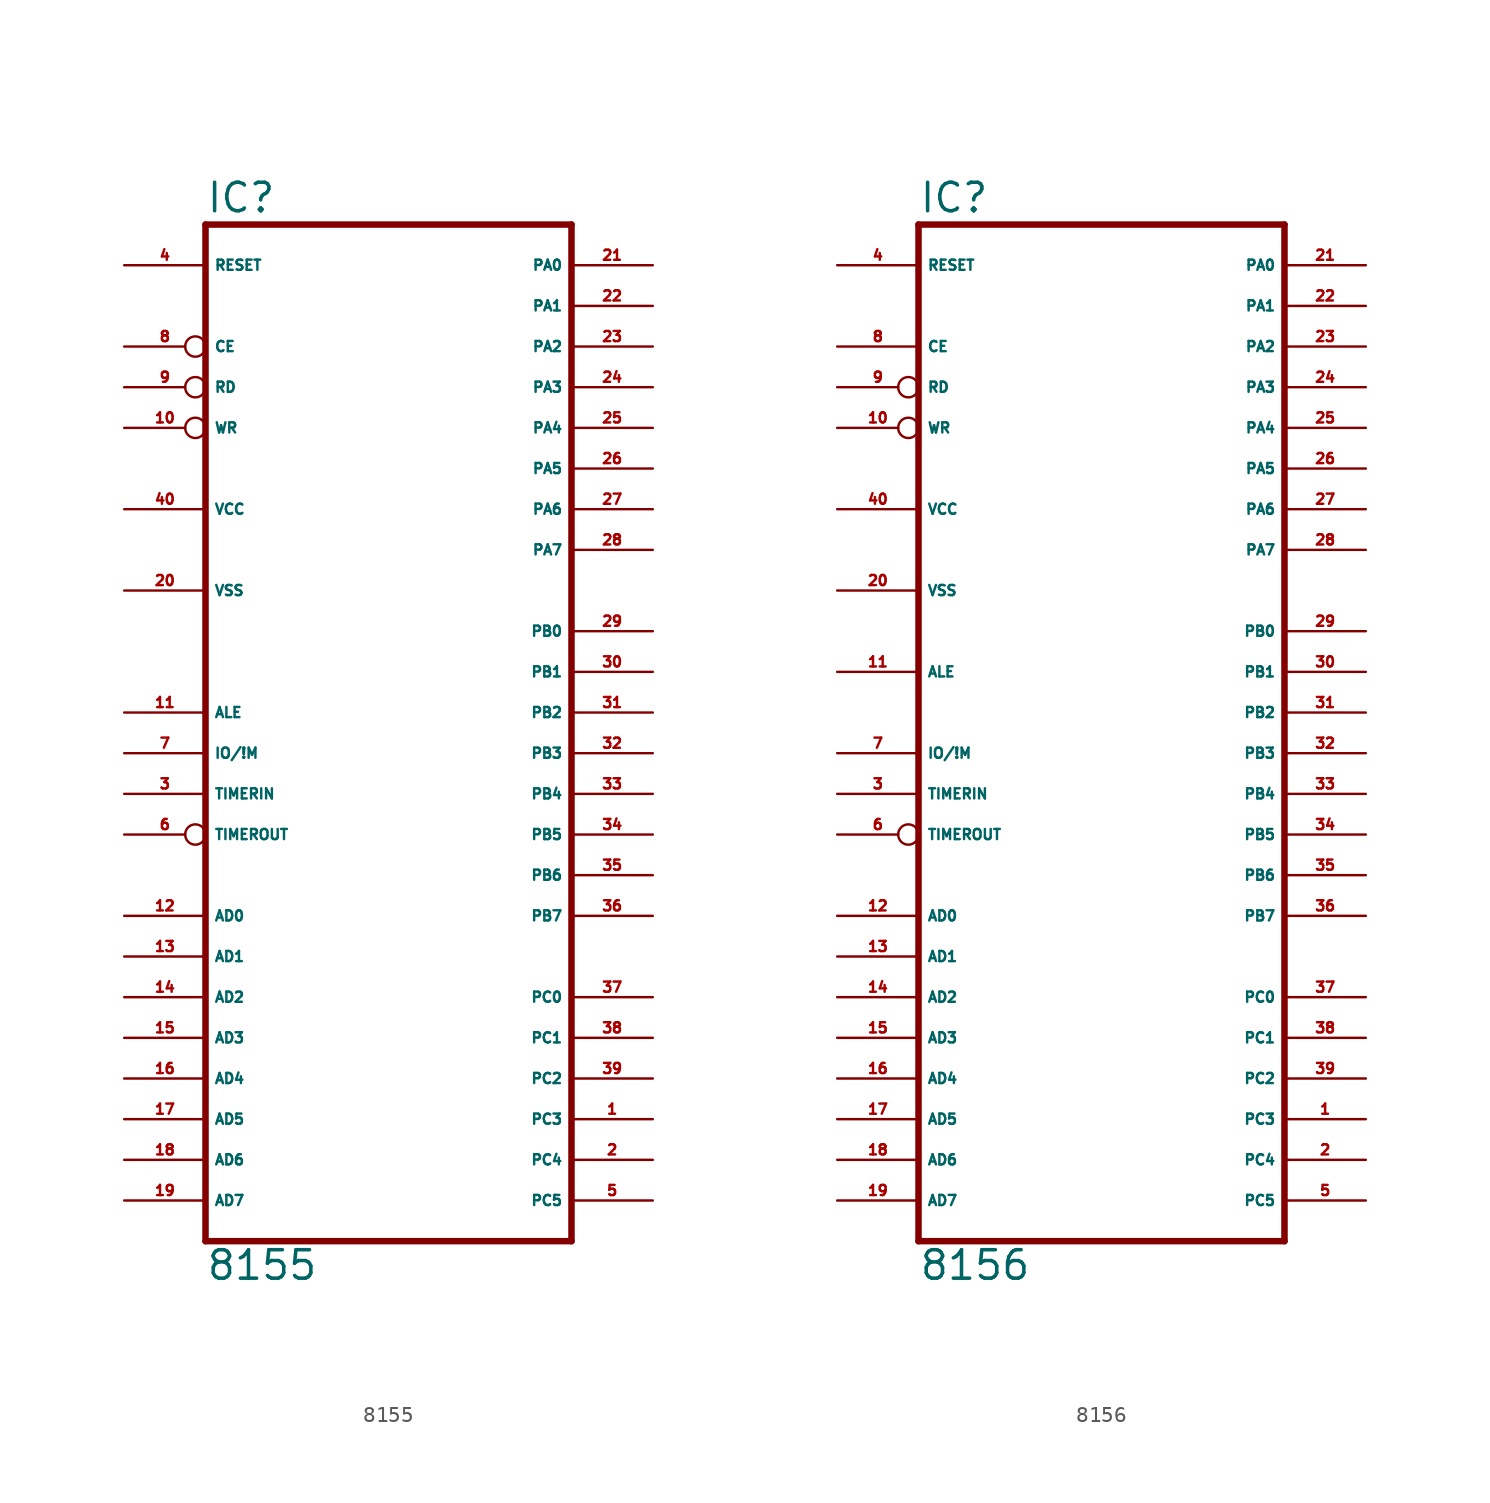
<source format=kicad_sym>
(kicad_symbol_lib
  (version 20220914)
  (generator Eagle2Kicad)
  (symbol "8155"
    (property "Reference" "IC"
      (at -12.7 33.655 0)
      (effects (font (size 1.778 1.778) (thickness 0.22)) (justify left bottom)))
    (property "Value" "8155"
      (at -12.7 -33.02 0)
      (effects (font (size 1.778 1.778) (thickness 0.22)) (justify left bottom)))
    (polyline
      (pts (xy -12.7 -30.48) (xy 10.16 -30.48))
      (stroke (width 0.406) (type default))
      (fill (type none)))
    (polyline
      (pts (xy 10.16 33.02) (xy 10.16 -30.48))
      (stroke (width 0.406) (type default))
      (fill (type none)))
    (polyline
      (pts (xy 10.16 33.02) (xy -12.7 33.02))
      (stroke (width 0.406) (type default))
      (fill (type none)))
    (polyline
      (pts (xy -12.7 -30.48) (xy -12.7 33.02))
      (stroke (width 0.406) (type default))
      (fill (type none)))
    (pin input line
      (at -17.78 30.48 0)
      (length 5.08)
      (name "RESET" (effects (font (size 0.635 0.635) (thickness 0.08)) (justify left bottom)))
      (number "4" (effects (font (size 0.635 0.635) (thickness 0.08)) (justify left bottom))))
    (pin input inverted
      (at -17.78 25.4 0)
      (length 5.08)
      (name "CE" (effects (font (size 0.635 0.635) (thickness 0.08)) (justify left bottom)))
      (number "8" (effects (font (size 0.635 0.635) (thickness 0.08)) (justify left bottom))))
    (pin input inverted
      (at -17.78 22.86 0)
      (length 5.08)
      (name "RD" (effects (font (size 0.635 0.635) (thickness 0.08)) (justify left bottom)))
      (number "9" (effects (font (size 0.635 0.635) (thickness 0.08)) (justify left bottom))))
    (pin input inverted
      (at -17.78 20.32 0)
      (length 5.08)
      (name "WR" (effects (font (size 0.635 0.635) (thickness 0.08)) (justify left bottom)))
      (number "10" (effects (font (size 0.635 0.635) (thickness 0.08)) (justify left bottom))))
    (pin input line
      (at -17.78 2.54 0)
      (length 5.08)
      (name "ALE" (effects (font (size 0.635 0.635) (thickness 0.08)) (justify left bottom)))
      (number "11" (effects (font (size 0.635 0.635) (thickness 0.08)) (justify left bottom))))
    (pin input line
      (at -17.78 0 0)
      (length 5.08)
      (name "IO/!M" (effects (font (size 0.635 0.635) (thickness 0.08)) (justify left bottom)))
      (number "7" (effects (font (size 0.635 0.635) (thickness 0.08)) (justify left bottom))))
    (pin input line
      (at -17.78 -2.54 0)
      (length 5.08)
      (name "TIMERIN" (effects (font (size 0.635 0.635) (thickness 0.08)) (justify left bottom)))
      (number "3" (effects (font (size 0.635 0.635) (thickness 0.08)) (justify left bottom))))
    (pin bidirectional line
      (at 15.24 30.48 180)
      (length 5.08)
      (name "PA0" (effects (font (size 0.635 0.635) (thickness 0.08)) (justify left bottom)))
      (number "21" (effects (font (size 0.635 0.635) (thickness 0.08)) (justify left bottom))))
    (pin bidirectional line
      (at 15.24 27.94 180)
      (length 5.08)
      (name "PA1" (effects (font (size 0.635 0.635) (thickness 0.08)) (justify left bottom)))
      (number "22" (effects (font (size 0.635 0.635) (thickness 0.08)) (justify left bottom))))
    (pin bidirectional line
      (at 15.24 25.4 180)
      (length 5.08)
      (name "PA2" (effects (font (size 0.635 0.635) (thickness 0.08)) (justify left bottom)))
      (number "23" (effects (font (size 0.635 0.635) (thickness 0.08)) (justify left bottom))))
    (pin bidirectional line
      (at 15.24 22.86 180)
      (length 5.08)
      (name "PA3" (effects (font (size 0.635 0.635) (thickness 0.08)) (justify left bottom)))
      (number "24" (effects (font (size 0.635 0.635) (thickness 0.08)) (justify left bottom))))
    (pin bidirectional line
      (at 15.24 20.32 180)
      (length 5.08)
      (name "PA4" (effects (font (size 0.635 0.635) (thickness 0.08)) (justify left bottom)))
      (number "25" (effects (font (size 0.635 0.635) (thickness 0.08)) (justify left bottom))))
    (pin bidirectional line
      (at 15.24 17.78 180)
      (length 5.08)
      (name "PA5" (effects (font (size 0.635 0.635) (thickness 0.08)) (justify left bottom)))
      (number "26" (effects (font (size 0.635 0.635) (thickness 0.08)) (justify left bottom))))
    (pin bidirectional line
      (at 15.24 15.24 180)
      (length 5.08)
      (name "PA6" (effects (font (size 0.635 0.635) (thickness 0.08)) (justify left bottom)))
      (number "27" (effects (font (size 0.635 0.635) (thickness 0.08)) (justify left bottom))))
    (pin bidirectional line
      (at 15.24 12.7 180)
      (length 5.08)
      (name "PA7" (effects (font (size 0.635 0.635) (thickness 0.08)) (justify left bottom)))
      (number "28" (effects (font (size 0.635 0.635) (thickness 0.08)) (justify left bottom))))
    (pin bidirectional line
      (at 15.24 7.62 180)
      (length 5.08)
      (name "PB0" (effects (font (size 0.635 0.635) (thickness 0.08)) (justify left bottom)))
      (number "29" (effects (font (size 0.635 0.635) (thickness 0.08)) (justify left bottom))))
    (pin bidirectional line
      (at 15.24 5.08 180)
      (length 5.08)
      (name "PB1" (effects (font (size 0.635 0.635) (thickness 0.08)) (justify left bottom)))
      (number "30" (effects (font (size 0.635 0.635) (thickness 0.08)) (justify left bottom))))
    (pin bidirectional line
      (at 15.24 2.54 180)
      (length 5.08)
      (name "PB2" (effects (font (size 0.635 0.635) (thickness 0.08)) (justify left bottom)))
      (number "31" (effects (font (size 0.635 0.635) (thickness 0.08)) (justify left bottom))))
    (pin bidirectional line
      (at 15.24 0 180)
      (length 5.08)
      (name "PB3" (effects (font (size 0.635 0.635) (thickness 0.08)) (justify left bottom)))
      (number "32" (effects (font (size 0.635 0.635) (thickness 0.08)) (justify left bottom))))
    (pin bidirectional line
      (at 15.24 -2.54 180)
      (length 5.08)
      (name "PB4" (effects (font (size 0.635 0.635) (thickness 0.08)) (justify left bottom)))
      (number "33" (effects (font (size 0.635 0.635) (thickness 0.08)) (justify left bottom))))
    (pin bidirectional line
      (at 15.24 -5.08 180)
      (length 5.08)
      (name "PB5" (effects (font (size 0.635 0.635) (thickness 0.08)) (justify left bottom)))
      (number "34" (effects (font (size 0.635 0.635) (thickness 0.08)) (justify left bottom))))
    (pin bidirectional line
      (at 15.24 -7.62 180)
      (length 5.08)
      (name "PB6" (effects (font (size 0.635 0.635) (thickness 0.08)) (justify left bottom)))
      (number "35" (effects (font (size 0.635 0.635) (thickness 0.08)) (justify left bottom))))
    (pin bidirectional line
      (at 15.24 -10.16 180)
      (length 5.08)
      (name "PB7" (effects (font (size 0.635 0.635) (thickness 0.08)) (justify left bottom)))
      (number "36" (effects (font (size 0.635 0.635) (thickness 0.08)) (justify left bottom))))
    (pin bidirectional line
      (at 15.24 -15.24 180)
      (length 5.08)
      (name "PC0" (effects (font (size 0.635 0.635) (thickness 0.08)) (justify left bottom)))
      (number "37" (effects (font (size 0.635 0.635) (thickness 0.08)) (justify left bottom))))
    (pin bidirectional line
      (at 15.24 -17.78 180)
      (length 5.08)
      (name "PC1" (effects (font (size 0.635 0.635) (thickness 0.08)) (justify left bottom)))
      (number "38" (effects (font (size 0.635 0.635) (thickness 0.08)) (justify left bottom))))
    (pin bidirectional line
      (at 15.24 -20.32 180)
      (length 5.08)
      (name "PC2" (effects (font (size 0.635 0.635) (thickness 0.08)) (justify left bottom)))
      (number "39" (effects (font (size 0.635 0.635) (thickness 0.08)) (justify left bottom))))
    (pin bidirectional line
      (at 15.24 -22.86 180)
      (length 5.08)
      (name "PC3" (effects (font (size 0.635 0.635) (thickness 0.08)) (justify left bottom)))
      (number "1" (effects (font (size 0.635 0.635) (thickness 0.08)) (justify left bottom))))
    (pin bidirectional line
      (at 15.24 -25.4 180)
      (length 5.08)
      (name "PC4" (effects (font (size 0.635 0.635) (thickness 0.08)) (justify left bottom)))
      (number "2" (effects (font (size 0.635 0.635) (thickness 0.08)) (justify left bottom))))
    (pin bidirectional line
      (at 15.24 -27.94 180)
      (length 5.08)
      (name "PC5" (effects (font (size 0.635 0.635) (thickness 0.08)) (justify left bottom)))
      (number "5" (effects (font (size 0.635 0.635) (thickness 0.08)) (justify left bottom))))
    (pin output inverted
      (at -17.78 -5.08 0)
      (length 5.08)
      (name "TIMEROUT" (effects (font (size 0.635 0.635) (thickness 0.08)) (justify left bottom)))
      (number "6" (effects (font (size 0.635 0.635) (thickness 0.08)) (justify left bottom))))
    (pin unspecified line
      (at -17.78 15.24 0)
      (length 5.08)
      (name "VCC" (effects (font (size 0.635 0.635) (thickness 0.08)) (justify left bottom)))
      (number "40" (effects (font (size 0.635 0.635) (thickness 0.08)) (justify left bottom))))
    (pin unspecified line
      (at -17.78 10.16 0)
      (length 5.08)
      (name "VSS" (effects (font (size 0.635 0.635) (thickness 0.08)) (justify left bottom)))
      (number "20" (effects (font (size 0.635 0.635) (thickness 0.08)) (justify left bottom))))
    (pin bidirectional line
      (at -17.78 -10.16 0)
      (length 5.08)
      (name "AD0" (effects (font (size 0.635 0.635) (thickness 0.08)) (justify left bottom)))
      (number "12" (effects (font (size 0.635 0.635) (thickness 0.08)) (justify left bottom))))
    (pin bidirectional line
      (at -17.78 -12.7 0)
      (length 5.08)
      (name "AD1" (effects (font (size 0.635 0.635) (thickness 0.08)) (justify left bottom)))
      (number "13" (effects (font (size 0.635 0.635) (thickness 0.08)) (justify left bottom))))
    (pin bidirectional line
      (at -17.78 -15.24 0)
      (length 5.08)
      (name "AD2" (effects (font (size 0.635 0.635) (thickness 0.08)) (justify left bottom)))
      (number "14" (effects (font (size 0.635 0.635) (thickness 0.08)) (justify left bottom))))
    (pin bidirectional line
      (at -17.78 -17.78 0)
      (length 5.08)
      (name "AD3" (effects (font (size 0.635 0.635) (thickness 0.08)) (justify left bottom)))
      (number "15" (effects (font (size 0.635 0.635) (thickness 0.08)) (justify left bottom))))
    (pin bidirectional line
      (at -17.78 -20.32 0)
      (length 5.08)
      (name "AD4" (effects (font (size 0.635 0.635) (thickness 0.08)) (justify left bottom)))
      (number "16" (effects (font (size 0.635 0.635) (thickness 0.08)) (justify left bottom))))
    (pin bidirectional line
      (at -17.78 -22.86 0)
      (length 5.08)
      (name "AD5" (effects (font (size 0.635 0.635) (thickness 0.08)) (justify left bottom)))
      (number "17" (effects (font (size 0.635 0.635) (thickness 0.08)) (justify left bottom))))
    (pin bidirectional line
      (at -17.78 -25.4 0)
      (length 5.08)
      (name "AD6" (effects (font (size 0.635 0.635) (thickness 0.08)) (justify left bottom)))
      (number "18" (effects (font (size 0.635 0.635) (thickness 0.08)) (justify left bottom))))
    (pin bidirectional line
      (at -17.78 -27.94 0)
      (length 5.08)
      (name "AD7" (effects (font (size 0.635 0.635) (thickness 0.08)) (justify left bottom)))
      (number "19" (effects (font (size 0.635 0.635) (thickness 0.08)) (justify left bottom)))))
  (symbol "8156"
    (property "Reference" "IC"
      (at -12.7 33.655 0)
      (effects (font (size 1.778 1.778) (thickness 0.22)) (justify left bottom)))
    (property "Value" "8156"
      (at -12.7 -33.02 0)
      (effects (font (size 1.778 1.778) (thickness 0.22)) (justify left bottom)))
    (polyline
      (pts (xy -12.7 -30.48) (xy 10.16 -30.48))
      (stroke (width 0.406) (type default))
      (fill (type none)))
    (polyline
      (pts (xy 10.16 33.02) (xy 10.16 -30.48))
      (stroke (width 0.406) (type default))
      (fill (type none)))
    (polyline
      (pts (xy 10.16 33.02) (xy -12.7 33.02))
      (stroke (width 0.406) (type default))
      (fill (type none)))
    (polyline
      (pts (xy -12.7 -30.48) (xy -12.7 33.02))
      (stroke (width 0.406) (type default))
      (fill (type none)))
    (pin input line
      (at -17.78 30.48 0)
      (length 5.08)
      (name "RESET" (effects (font (size 0.635 0.635) (thickness 0.08)) (justify left bottom)))
      (number "4" (effects (font (size 0.635 0.635) (thickness 0.08)) (justify left bottom))))
    (pin input line
      (at -17.78 25.4 0)
      (length 5.08)
      (name "CE" (effects (font (size 0.635 0.635) (thickness 0.08)) (justify left bottom)))
      (number "8" (effects (font (size 0.635 0.635) (thickness 0.08)) (justify left bottom))))
    (pin input inverted
      (at -17.78 22.86 0)
      (length 5.08)
      (name "RD" (effects (font (size 0.635 0.635) (thickness 0.08)) (justify left bottom)))
      (number "9" (effects (font (size 0.635 0.635) (thickness 0.08)) (justify left bottom))))
    (pin input inverted
      (at -17.78 20.32 0)
      (length 5.08)
      (name "WR" (effects (font (size 0.635 0.635) (thickness 0.08)) (justify left bottom)))
      (number "10" (effects (font (size 0.635 0.635) (thickness 0.08)) (justify left bottom))))
    (pin input line
      (at -17.78 5.08 0)
      (length 5.08)
      (name "ALE" (effects (font (size 0.635 0.635) (thickness 0.08)) (justify left bottom)))
      (number "11" (effects (font (size 0.635 0.635) (thickness 0.08)) (justify left bottom))))
    (pin input line
      (at -17.78 0 0)
      (length 5.08)
      (name "IO/!M" (effects (font (size 0.635 0.635) (thickness 0.08)) (justify left bottom)))
      (number "7" (effects (font (size 0.635 0.635) (thickness 0.08)) (justify left bottom))))
    (pin input line
      (at -17.78 -2.54 0)
      (length 5.08)
      (name "TIMERIN" (effects (font (size 0.635 0.635) (thickness 0.08)) (justify left bottom)))
      (number "3" (effects (font (size 0.635 0.635) (thickness 0.08)) (justify left bottom))))
    (pin bidirectional line
      (at 15.24 30.48 180)
      (length 5.08)
      (name "PA0" (effects (font (size 0.635 0.635) (thickness 0.08)) (justify left bottom)))
      (number "21" (effects (font (size 0.635 0.635) (thickness 0.08)) (justify left bottom))))
    (pin bidirectional line
      (at 15.24 27.94 180)
      (length 5.08)
      (name "PA1" (effects (font (size 0.635 0.635) (thickness 0.08)) (justify left bottom)))
      (number "22" (effects (font (size 0.635 0.635) (thickness 0.08)) (justify left bottom))))
    (pin bidirectional line
      (at 15.24 25.4 180)
      (length 5.08)
      (name "PA2" (effects (font (size 0.635 0.635) (thickness 0.08)) (justify left bottom)))
      (number "23" (effects (font (size 0.635 0.635) (thickness 0.08)) (justify left bottom))))
    (pin bidirectional line
      (at 15.24 22.86 180)
      (length 5.08)
      (name "PA3" (effects (font (size 0.635 0.635) (thickness 0.08)) (justify left bottom)))
      (number "24" (effects (font (size 0.635 0.635) (thickness 0.08)) (justify left bottom))))
    (pin bidirectional line
      (at 15.24 20.32 180)
      (length 5.08)
      (name "PA4" (effects (font (size 0.635 0.635) (thickness 0.08)) (justify left bottom)))
      (number "25" (effects (font (size 0.635 0.635) (thickness 0.08)) (justify left bottom))))
    (pin bidirectional line
      (at 15.24 17.78 180)
      (length 5.08)
      (name "PA5" (effects (font (size 0.635 0.635) (thickness 0.08)) (justify left bottom)))
      (number "26" (effects (font (size 0.635 0.635) (thickness 0.08)) (justify left bottom))))
    (pin bidirectional line
      (at 15.24 15.24 180)
      (length 5.08)
      (name "PA6" (effects (font (size 0.635 0.635) (thickness 0.08)) (justify left bottom)))
      (number "27" (effects (font (size 0.635 0.635) (thickness 0.08)) (justify left bottom))))
    (pin bidirectional line
      (at 15.24 12.7 180)
      (length 5.08)
      (name "PA7" (effects (font (size 0.635 0.635) (thickness 0.08)) (justify left bottom)))
      (number "28" (effects (font (size 0.635 0.635) (thickness 0.08)) (justify left bottom))))
    (pin bidirectional line
      (at 15.24 7.62 180)
      (length 5.08)
      (name "PB0" (effects (font (size 0.635 0.635) (thickness 0.08)) (justify left bottom)))
      (number "29" (effects (font (size 0.635 0.635) (thickness 0.08)) (justify left bottom))))
    (pin bidirectional line
      (at 15.24 5.08 180)
      (length 5.08)
      (name "PB1" (effects (font (size 0.635 0.635) (thickness 0.08)) (justify left bottom)))
      (number "30" (effects (font (size 0.635 0.635) (thickness 0.08)) (justify left bottom))))
    (pin bidirectional line
      (at 15.24 2.54 180)
      (length 5.08)
      (name "PB2" (effects (font (size 0.635 0.635) (thickness 0.08)) (justify left bottom)))
      (number "31" (effects (font (size 0.635 0.635) (thickness 0.08)) (justify left bottom))))
    (pin bidirectional line
      (at 15.24 0 180)
      (length 5.08)
      (name "PB3" (effects (font (size 0.635 0.635) (thickness 0.08)) (justify left bottom)))
      (number "32" (effects (font (size 0.635 0.635) (thickness 0.08)) (justify left bottom))))
    (pin bidirectional line
      (at 15.24 -2.54 180)
      (length 5.08)
      (name "PB4" (effects (font (size 0.635 0.635) (thickness 0.08)) (justify left bottom)))
      (number "33" (effects (font (size 0.635 0.635) (thickness 0.08)) (justify left bottom))))
    (pin bidirectional line
      (at 15.24 -5.08 180)
      (length 5.08)
      (name "PB5" (effects (font (size 0.635 0.635) (thickness 0.08)) (justify left bottom)))
      (number "34" (effects (font (size 0.635 0.635) (thickness 0.08)) (justify left bottom))))
    (pin bidirectional line
      (at 15.24 -7.62 180)
      (length 5.08)
      (name "PB6" (effects (font (size 0.635 0.635) (thickness 0.08)) (justify left bottom)))
      (number "35" (effects (font (size 0.635 0.635) (thickness 0.08)) (justify left bottom))))
    (pin bidirectional line
      (at 15.24 -10.16 180)
      (length 5.08)
      (name "PB7" (effects (font (size 0.635 0.635) (thickness 0.08)) (justify left bottom)))
      (number "36" (effects (font (size 0.635 0.635) (thickness 0.08)) (justify left bottom))))
    (pin bidirectional line
      (at 15.24 -15.24 180)
      (length 5.08)
      (name "PC0" (effects (font (size 0.635 0.635) (thickness 0.08)) (justify left bottom)))
      (number "37" (effects (font (size 0.635 0.635) (thickness 0.08)) (justify left bottom))))
    (pin bidirectional line
      (at 15.24 -17.78 180)
      (length 5.08)
      (name "PC1" (effects (font (size 0.635 0.635) (thickness 0.08)) (justify left bottom)))
      (number "38" (effects (font (size 0.635 0.635) (thickness 0.08)) (justify left bottom))))
    (pin bidirectional line
      (at 15.24 -20.32 180)
      (length 5.08)
      (name "PC2" (effects (font (size 0.635 0.635) (thickness 0.08)) (justify left bottom)))
      (number "39" (effects (font (size 0.635 0.635) (thickness 0.08)) (justify left bottom))))
    (pin bidirectional line
      (at 15.24 -22.86 180)
      (length 5.08)
      (name "PC3" (effects (font (size 0.635 0.635) (thickness 0.08)) (justify left bottom)))
      (number "1" (effects (font (size 0.635 0.635) (thickness 0.08)) (justify left bottom))))
    (pin bidirectional line
      (at 15.24 -25.4 180)
      (length 5.08)
      (name "PC4" (effects (font (size 0.635 0.635) (thickness 0.08)) (justify left bottom)))
      (number "2" (effects (font (size 0.635 0.635) (thickness 0.08)) (justify left bottom))))
    (pin bidirectional line
      (at 15.24 -27.94 180)
      (length 5.08)
      (name "PC5" (effects (font (size 0.635 0.635) (thickness 0.08)) (justify left bottom)))
      (number "5" (effects (font (size 0.635 0.635) (thickness 0.08)) (justify left bottom))))
    (pin output inverted
      (at -17.78 -5.08 0)
      (length 5.08)
      (name "TIMEROUT" (effects (font (size 0.635 0.635) (thickness 0.08)) (justify left bottom)))
      (number "6" (effects (font (size 0.635 0.635) (thickness 0.08)) (justify left bottom))))
    (pin unspecified line
      (at -17.78 15.24 0)
      (length 5.08)
      (name "VCC" (effects (font (size 0.635 0.635) (thickness 0.08)) (justify left bottom)))
      (number "40" (effects (font (size 0.635 0.635) (thickness 0.08)) (justify left bottom))))
    (pin unspecified line
      (at -17.78 10.16 0)
      (length 5.08)
      (name "VSS" (effects (font (size 0.635 0.635) (thickness 0.08)) (justify left bottom)))
      (number "20" (effects (font (size 0.635 0.635) (thickness 0.08)) (justify left bottom))))
    (pin bidirectional line
      (at -17.78 -10.16 0)
      (length 5.08)
      (name "AD0" (effects (font (size 0.635 0.635) (thickness 0.08)) (justify left bottom)))
      (number "12" (effects (font (size 0.635 0.635) (thickness 0.08)) (justify left bottom))))
    (pin bidirectional line
      (at -17.78 -12.7 0)
      (length 5.08)
      (name "AD1" (effects (font (size 0.635 0.635) (thickness 0.08)) (justify left bottom)))
      (number "13" (effects (font (size 0.635 0.635) (thickness 0.08)) (justify left bottom))))
    (pin bidirectional line
      (at -17.78 -15.24 0)
      (length 5.08)
      (name "AD2" (effects (font (size 0.635 0.635) (thickness 0.08)) (justify left bottom)))
      (number "14" (effects (font (size 0.635 0.635) (thickness 0.08)) (justify left bottom))))
    (pin bidirectional line
      (at -17.78 -17.78 0)
      (length 5.08)
      (name "AD3" (effects (font (size 0.635 0.635) (thickness 0.08)) (justify left bottom)))
      (number "15" (effects (font (size 0.635 0.635) (thickness 0.08)) (justify left bottom))))
    (pin bidirectional line
      (at -17.78 -20.32 0)
      (length 5.08)
      (name "AD4" (effects (font (size 0.635 0.635) (thickness 0.08)) (justify left bottom)))
      (number "16" (effects (font (size 0.635 0.635) (thickness 0.08)) (justify left bottom))))
    (pin bidirectional line
      (at -17.78 -22.86 0)
      (length 5.08)
      (name "AD5" (effects (font (size 0.635 0.635) (thickness 0.08)) (justify left bottom)))
      (number "17" (effects (font (size 0.635 0.635) (thickness 0.08)) (justify left bottom))))
    (pin bidirectional line
      (at -17.78 -25.4 0)
      (length 5.08)
      (name "AD6" (effects (font (size 0.635 0.635) (thickness 0.08)) (justify left bottom)))
      (number "18" (effects (font (size 0.635 0.635) (thickness 0.08)) (justify left bottom))))
    (pin bidirectional line
      (at -17.78 -27.94 0)
      (length 5.08)
      (name "AD7" (effects (font (size 0.635 0.635) (thickness 0.08)) (justify left bottom)))
      (number "19" (effects (font (size 0.635 0.635) (thickness 0.08)) (justify left bottom))))))
</source>
